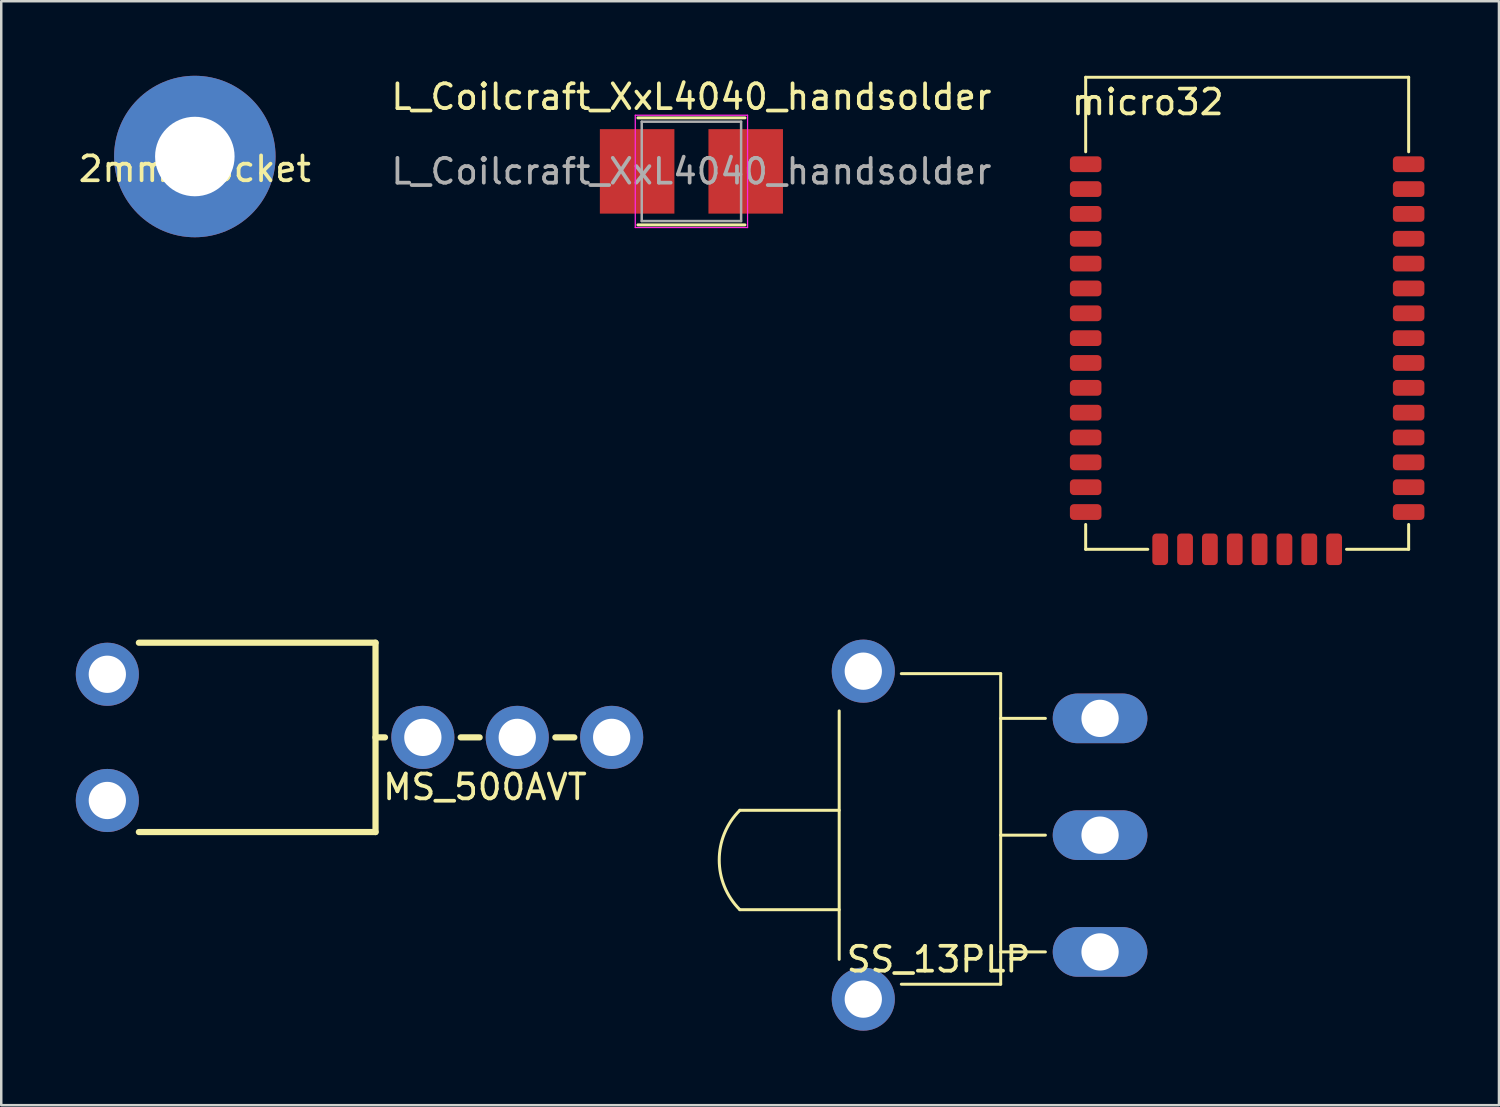
<source format=kicad_pcb>
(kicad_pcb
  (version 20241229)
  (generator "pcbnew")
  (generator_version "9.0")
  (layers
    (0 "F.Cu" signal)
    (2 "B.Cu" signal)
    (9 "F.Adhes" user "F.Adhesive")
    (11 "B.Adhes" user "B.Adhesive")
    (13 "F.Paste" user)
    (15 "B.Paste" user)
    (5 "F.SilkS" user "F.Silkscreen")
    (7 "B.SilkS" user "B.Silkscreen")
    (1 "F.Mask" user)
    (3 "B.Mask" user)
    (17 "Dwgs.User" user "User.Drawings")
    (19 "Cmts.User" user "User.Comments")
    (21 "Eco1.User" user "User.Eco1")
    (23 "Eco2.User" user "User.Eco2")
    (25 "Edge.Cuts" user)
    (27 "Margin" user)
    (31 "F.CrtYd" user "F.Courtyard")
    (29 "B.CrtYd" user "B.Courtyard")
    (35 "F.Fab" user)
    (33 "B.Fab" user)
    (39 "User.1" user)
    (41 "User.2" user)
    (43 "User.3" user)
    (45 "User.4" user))
  (footprint "L_Coilcraft_XxL4040_handsolder"
    (layer "F.Cu")
    (at 24.78 3.848)
    (property "Reference" "L_Coilcraft_XxL4040_handsolder" (at 0 -3 0) (layer "F.SilkS") (effects (font (size 1 1) (thickness 0.15))))
    (attr smd)
    (fp_line (start -2.154 -2.154) (end 2.154 -2.154) (stroke (width 0.12) (type solid)) (layer "F.SilkS"))
    (fp_line (start 2.154 2.154) (end -2.154 2.154) (stroke (width 0.12) (type solid)) (layer "F.SilkS"))
    (fp_line (start -2.26 -2.26) (end 2.26 -2.26) (stroke (width 0.05) (type solid)) (layer "F.CrtYd"))
    (fp_line (start -2.26 2.26) (end -2.26 -2.26) (stroke (width 0.05) (type solid)) (layer "F.CrtYd"))
    (fp_line (start 2.26 -2.26) (end 2.26 2.26) (stroke (width 0.05) (type solid)) (layer "F.CrtYd"))
    (fp_line (start 2.26 2.26) (end -2.26 2.26) (stroke (width 0.05) (type solid)) (layer "F.CrtYd"))
    (fp_line (start -2 -2) (end 2 -2) (stroke (width 0.1) (type solid)) (layer "F.Fab"))
    (fp_line (start -2 2) (end -2 -2) (stroke (width 0.1) (type solid)) (layer "F.Fab"))
    (fp_line (start 2 -2) (end 2 2) (stroke (width 0.1) (type solid)) (layer "F.Fab"))
    (fp_line (start 2 2) (end -2 2) (stroke (width 0.1) (type solid)) (layer "F.Fab"))
    (fp_text user "${REFERENCE}" (at 0 0 0) (layer "F.Fab") (effects (font (size 1 1) (thickness 0.15))))
    (pad "1" smd rect (at -2.185 0) (size 3 3.4) (layers "F.Cu" "F.Mask" "F.Paste"))
    (pad "2" smd rect (at 2.185 0) (size 3 3.4) (layers "F.Cu" "F.Mask" "F.Paste")))
  (footprint "2mm_Socket"
    (layer "F.Cu")
    (at 4.792 3.25)
    (property "Reference" "2mm_Socket" (at 0 0.5 0) (layer "F.SilkS") (effects (font (size 1 1) (thickness 0.15))))
    (attr through_hole)
    (pad "1" thru_hole circle (at 0 0) (size 6.5 6.5) (drill 3.2) (layers "*.Cu" "*.Mask")))
  (footprint "MS_500AVT"
    (layer "F.Cu")
    (at 13.97 26.63)
    (property "Reference" "MS_500AVT" (at 2.5 2 0) (layer "F.SilkS") (effects (font (size 1 1) (thickness 0.15))))
    (attr through_hole)
    (fp_line (start -11.43 -3.81) (end -1.905 -3.81) (stroke (width 0.25) (type solid)) (layer "F.SilkS"))
    (fp_line (start -1.905 -3.81) (end -1.905 3.81) (stroke (width 0.25) (type solid)) (layer "F.SilkS"))
    (fp_line (start -1.905 0) (end -1.524 0) (stroke (width 0.25) (type solid)) (layer "F.SilkS"))
    (fp_line (start -1.905 3.81) (end -11.43 3.81) (stroke (width 0.25) (type solid)) (layer "F.SilkS"))
    (fp_line (start 1.524 0) (end 2.286 0) (stroke (width 0.25) (type solid)) (layer "F.SilkS"))
    (fp_line (start 5.334 0) (end 6.096 0) (stroke (width 0.25) (type solid)) (layer "F.SilkS"))
    (pad "1" thru_hole circle (at 0 0) (size 2.54 2.54) (drill 1.5) (layers "*.Cu" "*.Mask"))
    (pad "2" thru_hole circle (at 3.8 0) (size 2.54 2.54) (drill 1.5) (layers "*.Cu" "*.Mask"))
    (pad "3" thru_hole circle (at 7.6 0) (size 2.54 2.54) (drill 1.5) (layers "*.Cu" "*.Mask"))
    (pad "4" thru_hole circle (at -12.7 -2.54) (size 2.54 2.54) (drill 1.5) (layers "*.Cu" "*.Mask"))
    (pad "4" thru_hole circle (at -12.7 2.54) (size 2.54 2.54) (drill 1.5) (layers "*.Cu" "*.Mask")))
  (footprint "SS_13PLP"
    (layer "F.Cu")
    (at 41.228 30.565)
    (property "Reference" "SS_13PLP" (at -6.5 5 0) (layer "F.SilkS") (effects (font (size 1 1) (thickness 0.15))))
    (attr through_hole)
    (fp_line (start -10.5 -5) (end -10.5 5) (stroke (width 0.12) (type solid)) (layer "F.SilkS"))
    (fp_line (start -10.5 -1) (end -14.5 -1) (stroke (width 0.12) (type solid)) (layer "F.SilkS"))
    (fp_line (start -10.5 3) (end -14.5 3) (stroke (width 0.12) (type solid)) (layer "F.SilkS"))
    (fp_line (start -8 -6.5) (end -4 -6.5) (stroke (width 0.12) (type solid)) (layer "F.SilkS"))
    (fp_line (start -4 -6.5) (end -4 6) (stroke (width 0.12) (type solid)) (layer "F.SilkS"))
    (fp_line (start -4 6) (end -8 6) (stroke (width 0.12) (type solid)) (layer "F.SilkS"))
    (fp_line (start -2.2 -4.7) (end -4 -4.7) (stroke (width 0.12) (type solid)) (layer "F.SilkS"))
    (fp_line (start -2.2 0) (end -4 0) (stroke (width 0.12) (type solid)) (layer "F.SilkS"))
    (fp_line (start -2.2 4.7) (end -4 4.7) (stroke (width 0.12) (type solid)) (layer "F.SilkS"))
    (fp_arc (start -14.499999 2.999999) (mid -15.328426 1) (end -14.499999 -0.999999) (stroke (width 0.12) (type solid)) (layer "F.SilkS"))
    (pad "" thru_hole circle (at -9.53 -6.6) (size 2.54 2.54) (drill 1.5) (layers "*.Cu" "*.Mask"))
    (pad "" thru_hole circle (at -9.53 6.6) (size 2.54 2.54) (drill 1.5) (layers "*.Cu" "*.Mask"))
    (pad "1" thru_hole oval (at 0 4.7) (size 3.81 2) (drill 1.5) (layers "*.Cu" "*.Mask"))
    (pad "2" thru_hole oval (at 0 0) (size 3.81 2) (drill 1.5) (layers "*.Cu" "*.Mask"))
    (pad "3" thru_hole oval (at 0 -4.7) (size 3.81 2) (drill 1.5) (layers "*.Cu" "*.Mask")))
  (footprint "micro32"
    (layer "F.Cu")
    (at 47.149 19.06)
    (property "Reference" "micro32" (at -4 -18 0) (layer "F.SilkS") (effects (font (size 1 1) (thickness 0.15))))
    (attr through_hole)
    (fp_line (start -6.5 -19) (end 6.5 -19) (stroke (width 0.12) (type solid)) (layer "F.SilkS"))
    (fp_line (start -6.5 -16) (end -6.5 -19) (stroke (width 0.12) (type solid)) (layer "F.SilkS"))
    (fp_line (start -6.5 -1) (end -6.5 0) (stroke (width 0.12) (type solid)) (layer "F.SilkS"))
    (fp_line (start -6.5 0) (end -4 0) (stroke (width 0.12) (type solid)) (layer "F.SilkS"))
    (fp_line (start 4 0) (end 6.5 0) (stroke (width 0.12) (type solid)) (layer "F.SilkS"))
    (fp_line (start 6.5 -19) (end 6.5 -16) (stroke (width 0.12) (type solid)) (layer "F.SilkS"))
    (fp_line (start 6.5 0) (end 6.5 -1) (stroke (width 0.12) (type solid)) (layer "F.SilkS"))
    (pad "1" smd roundrect (at -6.5 -15.5) (size 1.27 0.635) (layers "F.Cu" "F.Mask" "F.Paste") (roundrect_rratio 0.25))
    (pad "2" smd roundrect (at -6.5 -14.5) (size 1.27 0.635) (layers "F.Cu" "F.Mask" "F.Paste") (roundrect_rratio 0.25))
    (pad "3" smd roundrect (at -6.5 -13.5) (size 1.27 0.635) (layers "F.Cu" "F.Mask" "F.Paste") (roundrect_rratio 0.25))
    (pad "4" smd roundrect (at -6.5 -12.5) (size 1.27 0.635) (layers "F.Cu" "F.Mask" "F.Paste") (roundrect_rratio 0.25))
    (pad "5" smd roundrect (at -6.5 -11.5) (size 1.27 0.635) (layers "F.Cu" "F.Mask" "F.Paste") (roundrect_rratio 0.25))
    (pad "6" smd roundrect (at -6.5 -10.5) (size 1.27 0.635) (layers "F.Cu" "F.Mask" "F.Paste") (roundrect_rratio 0.25))
    (pad "7" smd roundrect (at -6.5 -9.5) (size 1.27 0.635) (layers "F.Cu" "F.Mask" "F.Paste") (roundrect_rratio 0.25))
    (pad "8" smd roundrect (at -6.5 -8.5) (size 1.27 0.635) (layers "F.Cu" "F.Mask" "F.Paste") (roundrect_rratio 0.25))
    (pad "9" smd roundrect (at -6.5 -7.5) (size 1.27 0.635) (layers "F.Cu" "F.Mask" "F.Paste") (roundrect_rratio 0.25))
    (pad "10" smd roundrect (at -6.5 -6.5) (size 1.27 0.635) (layers "F.Cu" "F.Mask" "F.Paste") (roundrect_rratio 0.25))
    (pad "11" smd roundrect (at -6.5 -5.5) (size 1.27 0.635) (layers "F.Cu" "F.Mask" "F.Paste") (roundrect_rratio 0.25))
    (pad "12" smd roundrect (at -6.5 -4.5) (size 1.27 0.635) (layers "F.Cu" "F.Mask" "F.Paste") (roundrect_rratio 0.25))
    (pad "13" smd roundrect (at -6.5 -3.5) (size 1.27 0.635) (layers "F.Cu" "F.Mask" "F.Paste") (roundrect_rratio 0.25))
    (pad "14" smd roundrect (at -6.5 -2.5) (size 1.27 0.635) (layers "F.Cu" "F.Mask" "F.Paste") (roundrect_rratio 0.25))
    (pad "15" smd roundrect (at -6.5 -1.5) (size 1.27 0.635) (layers "F.Cu" "F.Mask" "F.Paste") (roundrect_rratio 0.25))
    (pad "16" smd roundrect (at -3.5 0 90) (size 1.27 0.635) (layers "F.Cu" "F.Mask" "F.Paste") (roundrect_rratio 0.25))
    (pad "17" smd roundrect (at -2.5 0 90) (size 1.27 0.635) (layers "F.Cu" "F.Mask" "F.Paste") (roundrect_rratio 0.25))
    (pad "18" smd roundrect (at -1.5 0 90) (size 1.27 0.635) (layers "F.Cu" "F.Mask" "F.Paste") (roundrect_rratio 0.25))
    (pad "19" smd roundrect (at -0.5 0 90) (size 1.27 0.635) (layers "F.Cu" "F.Mask" "F.Paste") (roundrect_rratio 0.25))
    (pad "20" smd roundrect (at 0.5 0 90) (size 1.27 0.635) (layers "F.Cu" "F.Mask" "F.Paste") (roundrect_rratio 0.25))
    (pad "21" smd roundrect (at 1.5 0 90) (size 1.27 0.635) (layers "F.Cu" "F.Mask" "F.Paste") (roundrect_rratio 0.25))
    (pad "22" smd roundrect (at 2.5 0 90) (size 1.27 0.635) (layers "F.Cu" "F.Mask" "F.Paste") (roundrect_rratio 0.25))
    (pad "23" smd roundrect (at 3.5 0 90) (size 1.27 0.635) (layers "F.Cu" "F.Mask" "F.Paste") (roundrect_rratio 0.25))
    (pad "24" smd roundrect (at 6.5 -1.5 180) (size 1.27 0.635) (layers "F.Cu" "F.Mask" "F.Paste") (roundrect_rratio 0.25))
    (pad "25" smd roundrect (at 6.5 -2.5 180) (size 1.27 0.635) (layers "F.Cu" "F.Mask" "F.Paste") (roundrect_rratio 0.25))
    (pad "26" smd roundrect (at 6.5 -3.5 180) (size 1.27 0.635) (layers "F.Cu" "F.Mask" "F.Paste") (roundrect_rratio 0.25))
    (pad "27" smd roundrect (at 6.5 -4.5 180) (size 1.27 0.635) (layers "F.Cu" "F.Mask" "F.Paste") (roundrect_rratio 0.25))
    (pad "28" smd roundrect (at 6.5 -5.5 180) (size 1.27 0.635) (layers "F.Cu" "F.Mask" "F.Paste") (roundrect_rratio 0.25))
    (pad "29" smd roundrect (at 6.5 -6.5 180) (size 1.27 0.635) (layers "F.Cu" "F.Mask" "F.Paste") (roundrect_rratio 0.25))
    (pad "30" smd roundrect (at 6.5 -7.5 180) (size 1.27 0.635) (layers "F.Cu" "F.Mask" "F.Paste") (roundrect_rratio 0.25))
    (pad "31" smd roundrect (at 6.5 -8.5 180) (size 1.27 0.635) (layers "F.Cu" "F.Mask" "F.Paste") (roundrect_rratio 0.25))
    (pad "32" smd roundrect (at 6.5 -9.5 180) (size 1.27 0.635) (layers "F.Cu" "F.Mask" "F.Paste") (roundrect_rratio 0.25))
    (pad "33" smd roundrect (at 6.5 -10.5 180) (size 1.27 0.635) (layers "F.Cu" "F.Mask" "F.Paste") (roundrect_rratio 0.25))
    (pad "34" smd roundrect (at 6.5 -11.5 180) (size 1.27 0.635) (layers "F.Cu" "F.Mask" "F.Paste") (roundrect_rratio 0.25))
    (pad "35" smd roundrect (at 6.5 -12.5 180) (size 1.27 0.635) (layers "F.Cu" "F.Mask" "F.Paste") (roundrect_rratio 0.25))
    (pad "36" smd roundrect (at 6.5 -13.5 180) (size 1.27 0.635) (layers "F.Cu" "F.Mask" "F.Paste") (roundrect_rratio 0.25))
    (pad "37" smd roundrect (at 6.5 -14.5 180) (size 1.27 0.635) (layers "F.Cu" "F.Mask" "F.Paste") (roundrect_rratio 0.25))
    (pad "38" smd roundrect (at 6.5 -15.5 180) (size 1.27 0.635) (layers "F.Cu" "F.Mask" "F.Paste") (roundrect_rratio 0.25)))
  (gr_rect
    (start -3 -3)
    (end 57.284 41.435)
    (stroke (width 0.1) (type default))
    (fill no)
    (layer "Edge.Cuts")))
</source>
